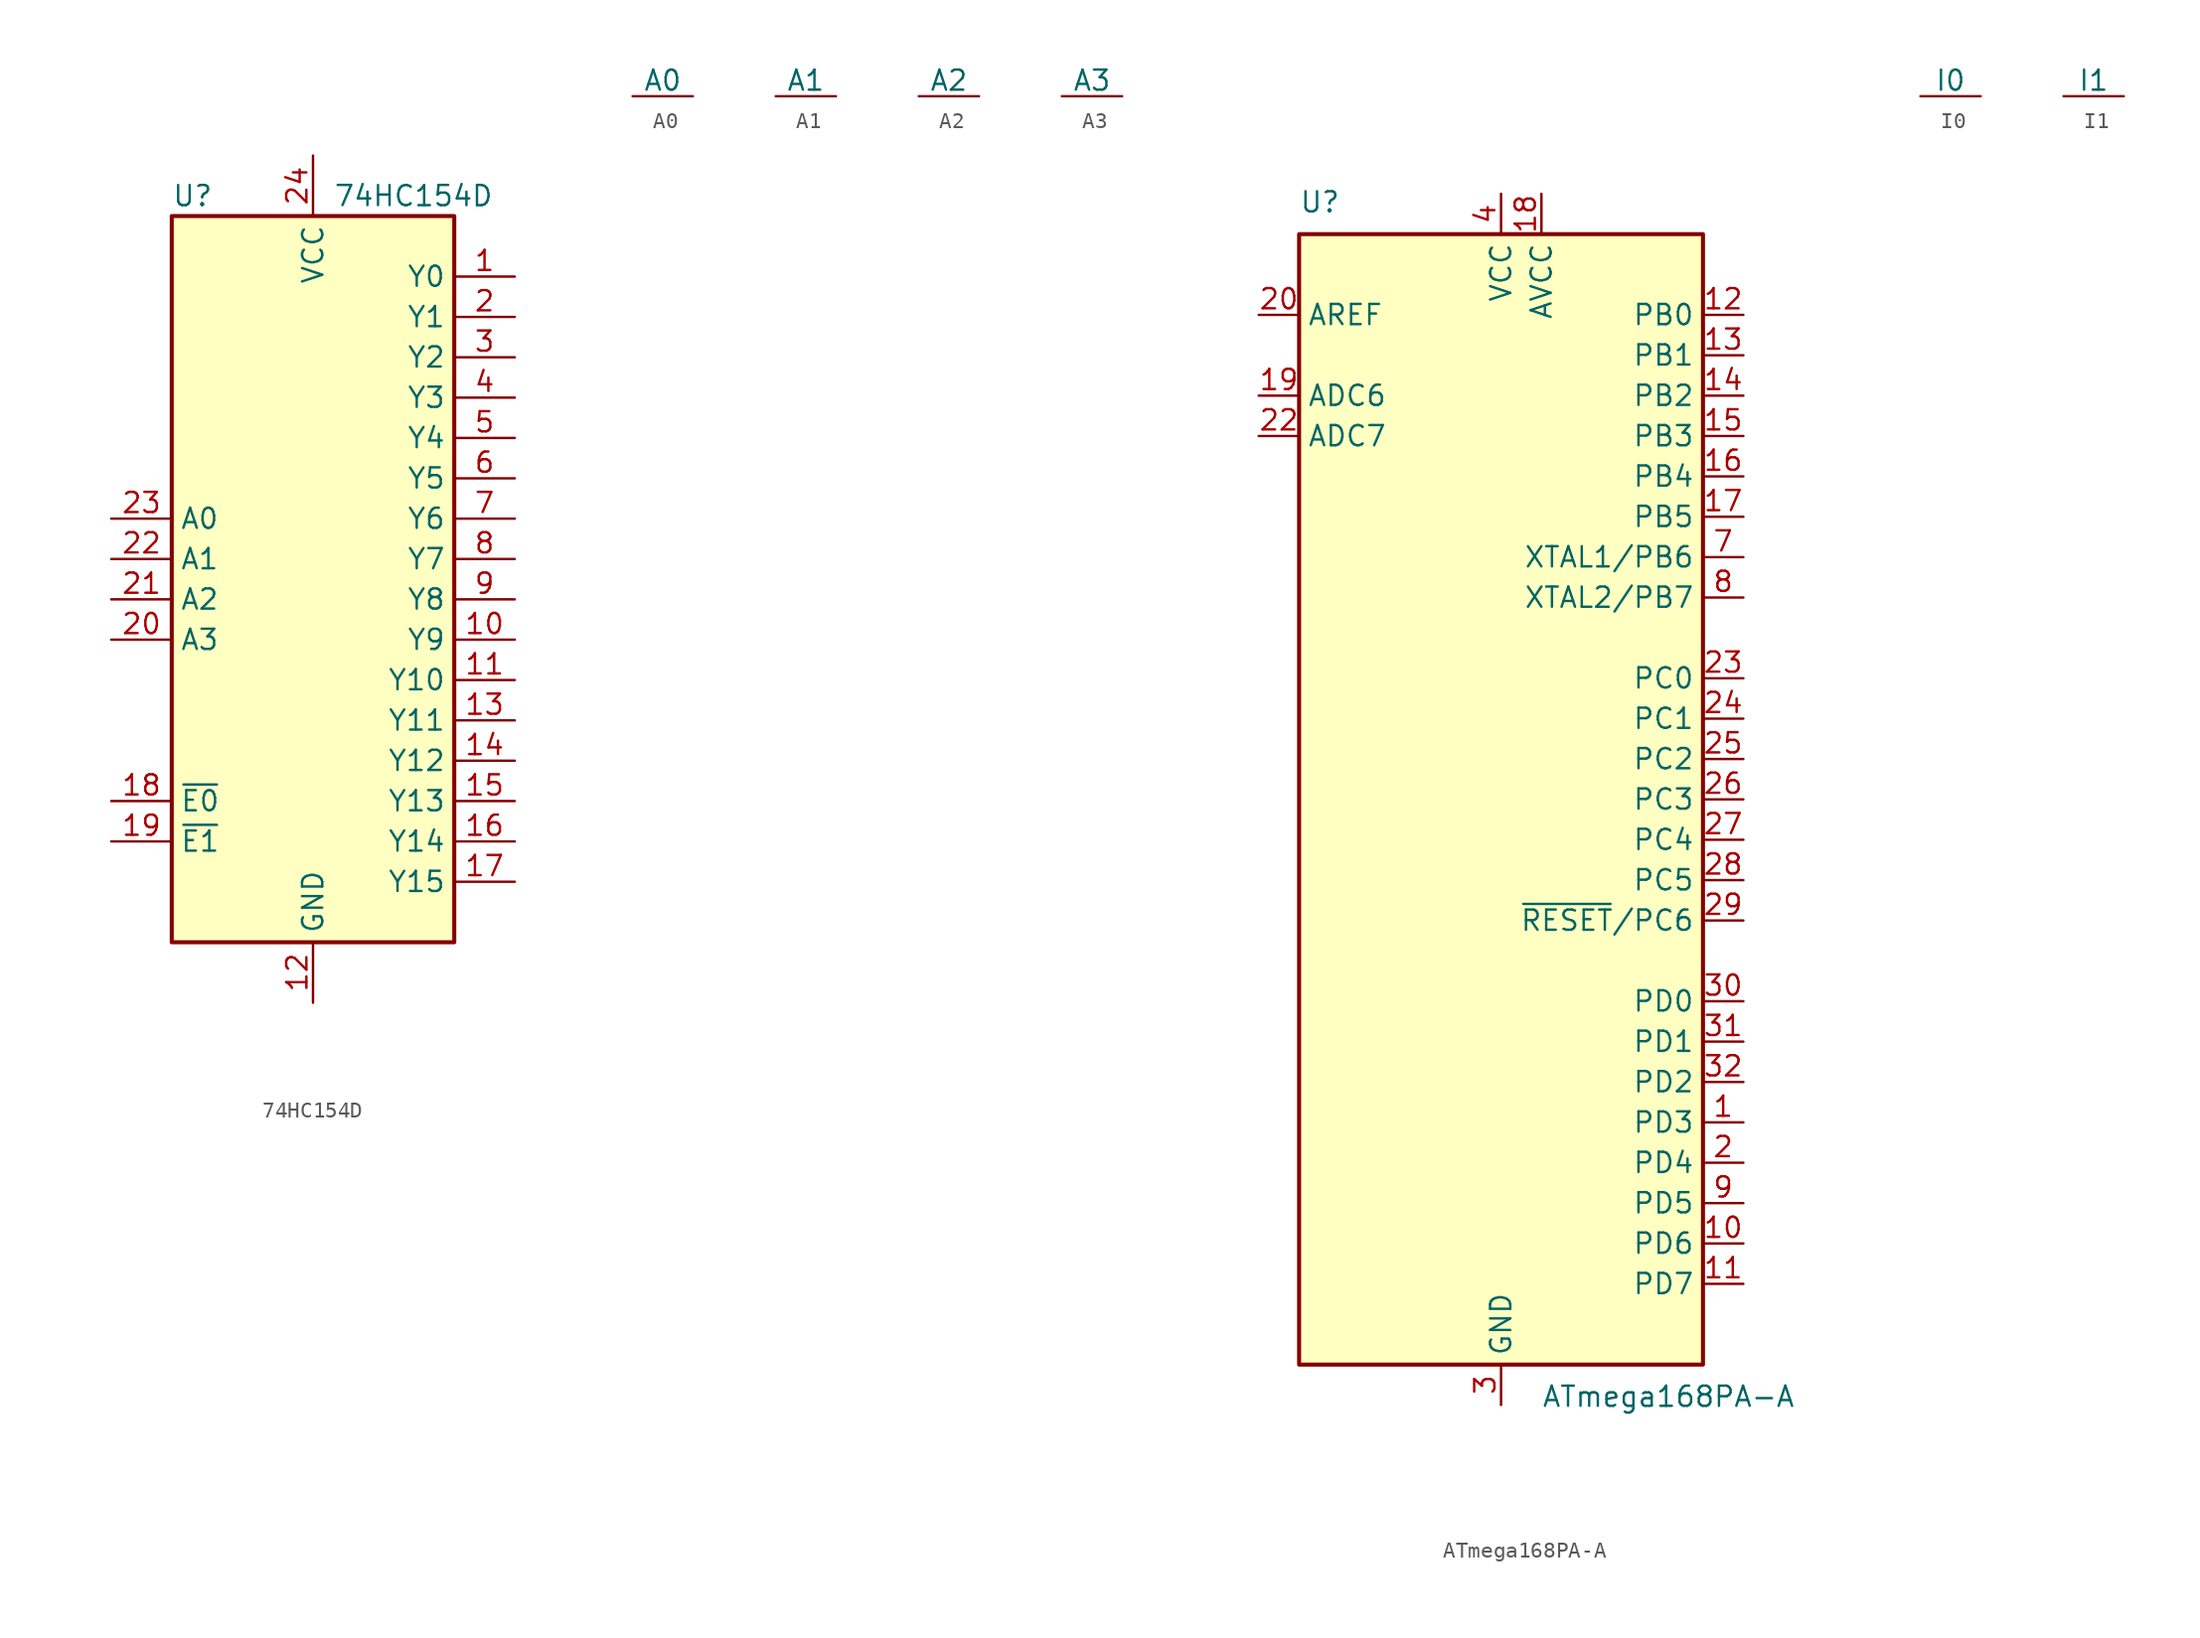
<source format=kicad_sym>
(kicad_symbol_lib
  (version 20211014)
  (generator kicad_symbol_editor)
  (symbol "74HC154D"
    (property "Reference" "U"
      (at -8.89 22.86 0)
      (effects (font (size 1.27 1.27)) (justify left)))
    (property "Value" "74HC154D"
      (at 1.27 22.86 0)
      (effects (font (size 1.27 1.27)) (justify left)))
    (symbol "74HC154D_0_1"
      (rectangle (start -8.89 21.59) (end 8.89 -24.13) (stroke (width 0.254) (type default) (color 0 0 0 0)) (fill (type background))))
    (symbol "74HC154D_1_1"
      (pin passive line (at 12.7 17.78 180) (length 3.81) (name "Y0" (effects (font (size 1.27 1.27)))) (number "1" (effects (font (size 1.27 1.27)))))
      (pin passive line (at 12.7 -5.08 180) (length 3.81) (name "Y9" (effects (font (size 1.27 1.27)))) (number "10" (effects (font (size 1.27 1.27)))))
      (pin passive line (at 12.7 -7.62 180) (length 3.81) (name "Y10" (effects (font (size 1.27 1.27)))) (number "11" (effects (font (size 1.27 1.27)))))
      (pin power_in line (at 0 -27.94 90) (length 3.81) (name "GND" (effects (font (size 1.27 1.27)))) (number "12" (effects (font (size 1.27 1.27)))))
      (pin passive line (at 12.7 -10.16 180) (length 3.81) (name "Y11" (effects (font (size 1.27 1.27)))) (number "13" (effects (font (size 1.27 1.27)))))
      (pin passive line (at 12.7 -12.7 180) (length 3.81) (name "Y12" (effects (font (size 1.27 1.27)))) (number "14" (effects (font (size 1.27 1.27)))))
      (pin passive line (at 12.7 -15.24 180) (length 3.81) (name "Y13" (effects (font (size 1.27 1.27)))) (number "15" (effects (font (size 1.27 1.27)))))
      (pin passive line (at 12.7 -17.78 180) (length 3.81) (name "Y14" (effects (font (size 1.27 1.27)))) (number "16" (effects (font (size 1.27 1.27)))))
      (pin passive line (at 12.7 -20.32 180) (length 3.81) (name "Y15" (effects (font (size 1.27 1.27)))) (number "17" (effects (font (size 1.27 1.27)))))
      (pin input line (at -12.7 -15.24 0) (length 3.81) (name "~{E0}" (effects (font (size 1.27 1.27)))) (number "18" (effects (font (size 1.27 1.27)))))
      (pin input line (at -12.7 -17.78 0) (length 3.81) (name "~{E1}" (effects (font (size 1.27 1.27)))) (number "19" (effects (font (size 1.27 1.27)))))
      (pin passive line (at 12.7 15.24 180) (length 3.81) (name "Y1" (effects (font (size 1.27 1.27)))) (number "2" (effects (font (size 1.27 1.27)))))
      (pin input line (at -12.7 -5.08 0) (length 3.81) (name "A3" (effects (font (size 1.27 1.27)))) (number "20" (effects (font (size 1.27 1.27)))))
      (pin input line (at -12.7 -2.54 0) (length 3.81) (name "A2" (effects (font (size 1.27 1.27)))) (number "21" (effects (font (size 1.27 1.27)))))
      (pin input line (at -12.7 0 0) (length 3.81) (name "A1" (effects (font (size 1.27 1.27)))) (number "22" (effects (font (size 1.27 1.27)))))
      (pin input line (at -12.7 2.54 0) (length 3.81) (name "A0" (effects (font (size 1.27 1.27)))) (number "23" (effects (font (size 1.27 1.27)))))
      (pin power_in line (at 0 25.4 270) (length 3.81) (name "VCC" (effects (font (size 1.27 1.27)))) (number "24" (effects (font (size 1.27 1.27)))))
      (pin passive line (at 12.7 12.7 180) (length 3.81) (name "Y2" (effects (font (size 1.27 1.27)))) (number "3" (effects (font (size 1.27 1.27)))))
      (pin passive line (at 12.7 10.16 180) (length 3.81) (name "Y3" (effects (font (size 1.27 1.27)))) (number "4" (effects (font (size 1.27 1.27)))))
      (pin passive line (at 12.7 7.62 180) (length 3.81) (name "Y4" (effects (font (size 1.27 1.27)))) (number "5" (effects (font (size 1.27 1.27)))))
      (pin passive line (at 12.7 5.08 180) (length 3.81) (name "Y5" (effects (font (size 1.27 1.27)))) (number "6" (effects (font (size 1.27 1.27)))))
      (pin passive line (at 12.7 2.54 180) (length 3.81) (name "Y6" (effects (font (size 1.27 1.27)))) (number "7" (effects (font (size 1.27 1.27)))))
      (pin passive line (at 12.7 0 180) (length 3.81) (name "Y7" (effects (font (size 1.27 1.27)))) (number "8" (effects (font (size 1.27 1.27)))))
      (pin passive line (at 12.7 -2.54 180) (length 3.81) (name "Y8" (effects (font (size 1.27 1.27)))) (number "9" (effects (font (size 1.27 1.27)))))))
  (symbol "A0"
    (power)
    (pin_names
      (offset 0))
    (property "Reference" "#O"
      (at 0 2.54 0)
      (effects (font (size 1.27 1.27)) hide))
    (symbol "A0_1_1"
      (pin output line (at 0 0 180) (length 3.81) (name "A0" (effects (font (size 1.27 1.27)))) (number "" (effects (font (size 1.27 1.27)))))))
  (symbol "A1"
    (power)
    (pin_names
      (offset 0))
    (property "Reference" "#O"
      (at 0 2.54 0)
      (effects (font (size 1.27 1.27)) hide))
    (symbol "A1_1_1"
      (pin output line (at 0 0 180) (length 3.81) (name "A1" (effects (font (size 1.27 1.27)))) (number "" (effects (font (size 1.27 1.27)))))))
  (symbol "A2"
    (power)
    (pin_names
      (offset 0))
    (property "Reference" "#O"
      (at 0 2.54 0)
      (effects (font (size 1.27 1.27)) hide))
    (symbol "A2_1_1"
      (pin output line (at 0 0 180) (length 3.81) (name "A2" (effects (font (size 1.27 1.27)))) (number "" (effects (font (size 1.27 1.27)))))))
  (symbol "A3"
    (power)
    (pin_names
      (offset 0))
    (property "Reference" "#O"
      (at 0 2.54 0)
      (effects (font (size 1.27 1.27)) hide))
    (symbol "A3_1_1"
      (pin output line (at 0 0 180) (length 3.81) (name "A3" (effects (font (size 1.27 1.27)))) (number "" (effects (font (size 1.27 1.27)))))))
  (symbol "ATmega168PA-A"
    (property "Reference" "U"
      (at -12.7 36.83 0)
      (effects (font (size 1.27 1.27)) (justify left bottom)))
    (property "Value" "ATmega168PA-A"
      (at 2.54 -36.83 0)
      (effects (font (size 1.27 1.27)) (justify left top)))
    (symbol "ATmega168PA-A_0_1"
      (rectangle (start -12.7 -35.56) (end 12.7 35.56) (stroke (width 0.254) (type default) (color 0 0 0 0)) (fill (type background))))
    (symbol "ATmega168PA-A_1_1"
      (pin bidirectional line (at 15.24 -20.32 180) (length 2.54) (name "PD3" (effects (font (size 1.27 1.27)))) (number "1" (effects (font (size 1.27 1.27)))))
      (pin bidirectional line (at 15.24 -27.94 180) (length 2.54) (name "PD6" (effects (font (size 1.27 1.27)))) (number "10" (effects (font (size 1.27 1.27)))))
      (pin bidirectional line (at 15.24 -30.48 180) (length 2.54) (name "PD7" (effects (font (size 1.27 1.27)))) (number "11" (effects (font (size 1.27 1.27)))))
      (pin bidirectional line (at 15.24 30.48 180) (length 2.54) (name "PB0" (effects (font (size 1.27 1.27)))) (number "12" (effects (font (size 1.27 1.27)))))
      (pin bidirectional line (at 15.24 27.94 180) (length 2.54) (name "PB1" (effects (font (size 1.27 1.27)))) (number "13" (effects (font (size 1.27 1.27)))))
      (pin bidirectional line (at 15.24 25.4 180) (length 2.54) (name "PB2" (effects (font (size 1.27 1.27)))) (number "14" (effects (font (size 1.27 1.27)))))
      (pin bidirectional line (at 15.24 22.86 180) (length 2.54) (name "PB3" (effects (font (size 1.27 1.27)))) (number "15" (effects (font (size 1.27 1.27)))))
      (pin bidirectional line (at 15.24 20.32 180) (length 2.54) (name "PB4" (effects (font (size 1.27 1.27)))) (number "16" (effects (font (size 1.27 1.27)))))
      (pin bidirectional line (at 15.24 17.78 180) (length 2.54) (name "PB5" (effects (font (size 1.27 1.27)))) (number "17" (effects (font (size 1.27 1.27)))))
      (pin power_in line (at 2.54 38.1 270) (length 2.54) (name "AVCC" (effects (font (size 1.27 1.27)))) (number "18" (effects (font (size 1.27 1.27)))))
      (pin input line (at -15.24 25.4 0) (length 2.54) (name "ADC6" (effects (font (size 1.27 1.27)))) (number "19" (effects (font (size 1.27 1.27)))))
      (pin bidirectional line (at 15.24 -22.86 180) (length 2.54) (name "PD4" (effects (font (size 1.27 1.27)))) (number "2" (effects (font (size 1.27 1.27)))))
      (pin passive line (at -15.24 30.48 0) (length 2.54) (name "AREF" (effects (font (size 1.27 1.27)))) (number "20" (effects (font (size 1.27 1.27)))))
      (pin passive line (at 0 -38.1 90) (length 2.54) hide (name "GND" (effects (font (size 1.27 1.27)))) (number "21" (effects (font (size 1.27 1.27)))))
      (pin input line (at -15.24 22.86 0) (length 2.54) (name "ADC7" (effects (font (size 1.27 1.27)))) (number "22" (effects (font (size 1.27 1.27)))))
      (pin bidirectional line (at 15.24 7.62 180) (length 2.54) (name "PC0" (effects (font (size 1.27 1.27)))) (number "23" (effects (font (size 1.27 1.27)))))
      (pin bidirectional line (at 15.24 5.08 180) (length 2.54) (name "PC1" (effects (font (size 1.27 1.27)))) (number "24" (effects (font (size 1.27 1.27)))))
      (pin bidirectional line (at 15.24 2.54 180) (length 2.54) (name "PC2" (effects (font (size 1.27 1.27)))) (number "25" (effects (font (size 1.27 1.27)))))
      (pin bidirectional line (at 15.24 0 180) (length 2.54) (name "PC3" (effects (font (size 1.27 1.27)))) (number "26" (effects (font (size 1.27 1.27)))))
      (pin bidirectional line (at 15.24 -2.54 180) (length 2.54) (name "PC4" (effects (font (size 1.27 1.27)))) (number "27" (effects (font (size 1.27 1.27)))))
      (pin bidirectional line (at 15.24 -5.08 180) (length 2.54) (name "PC5" (effects (font (size 1.27 1.27)))) (number "28" (effects (font (size 1.27 1.27)))))
      (pin bidirectional line (at 15.24 -7.62 180) (length 2.54) (name "~{RESET}/PC6" (effects (font (size 1.27 1.27)))) (number "29" (effects (font (size 1.27 1.27)))))
      (pin power_in line (at 0 -38.1 90) (length 2.54) (name "GND" (effects (font (size 1.27 1.27)))) (number "3" (effects (font (size 1.27 1.27)))))
      (pin bidirectional line (at 15.24 -12.7 180) (length 2.54) (name "PD0" (effects (font (size 1.27 1.27)))) (number "30" (effects (font (size 1.27 1.27)))))
      (pin bidirectional line (at 15.24 -15.24 180) (length 2.54) (name "PD1" (effects (font (size 1.27 1.27)))) (number "31" (effects (font (size 1.27 1.27)))))
      (pin bidirectional line (at 15.24 -17.78 180) (length 2.54) (name "PD2" (effects (font (size 1.27 1.27)))) (number "32" (effects (font (size 1.27 1.27)))))
      (pin power_in line (at 0 38.1 270) (length 2.54) (name "VCC" (effects (font (size 1.27 1.27)))) (number "4" (effects (font (size 1.27 1.27)))))
      (pin passive line (at 0 -38.1 90) (length 2.54) hide (name "GND" (effects (font (size 1.27 1.27)))) (number "5" (effects (font (size 1.27 1.27)))))
      (pin passive line (at 0 38.1 270) (length 2.54) hide (name "VCC" (effects (font (size 1.27 1.27)))) (number "6" (effects (font (size 1.27 1.27)))))
      (pin bidirectional line (at 15.24 15.24 180) (length 2.54) (name "XTAL1/PB6" (effects (font (size 1.27 1.27)))) (number "7" (effects (font (size 1.27 1.27)))))
      (pin bidirectional line (at 15.24 12.7 180) (length 2.54) (name "XTAL2/PB7" (effects (font (size 1.27 1.27)))) (number "8" (effects (font (size 1.27 1.27)))))
      (pin bidirectional line (at 15.24 -25.4 180) (length 2.54) (name "PD5" (effects (font (size 1.27 1.27)))) (number "9" (effects (font (size 1.27 1.27)))))))
  (symbol "I0"
    (power)
    (pin_names
      (offset 0))
    (property "Reference" "#O"
      (at 0 2.54 0)
      (effects (font (size 1.27 1.27)) hide))
    (symbol "I0_1_1"
      (pin power_in line (at 0 0 180) (length 3.81) (name "I0" (effects (font (size 1.27 1.27)))) (number "" (effects (font (size 1.27 1.27)))))))
  (symbol "I1"
    (power)
    (pin_names
      (offset 0))
    (property "Reference" "#O"
      (at 0 2.54 0)
      (effects (font (size 1.27 1.27)) hide))
    (symbol "I1_1_1"
      (pin power_in line (at 0 0 180) (length 3.81) (name "I1" (effects (font (size 1.27 1.27)))) (number "" (effects (font (size 1.27 1.27))))))))
</source>
